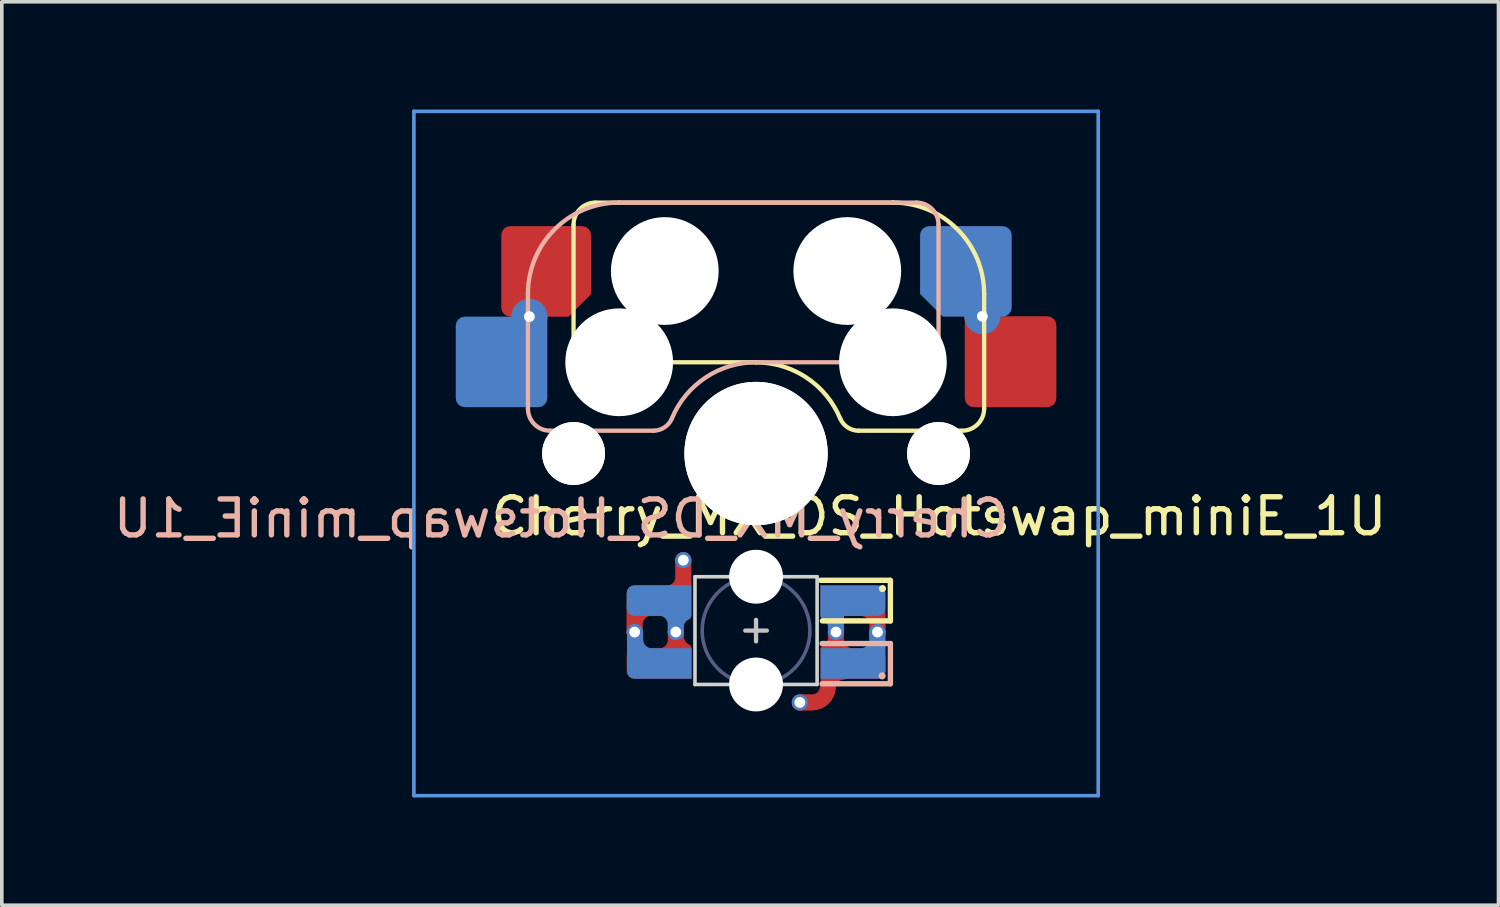
<source format=kicad_pcb>
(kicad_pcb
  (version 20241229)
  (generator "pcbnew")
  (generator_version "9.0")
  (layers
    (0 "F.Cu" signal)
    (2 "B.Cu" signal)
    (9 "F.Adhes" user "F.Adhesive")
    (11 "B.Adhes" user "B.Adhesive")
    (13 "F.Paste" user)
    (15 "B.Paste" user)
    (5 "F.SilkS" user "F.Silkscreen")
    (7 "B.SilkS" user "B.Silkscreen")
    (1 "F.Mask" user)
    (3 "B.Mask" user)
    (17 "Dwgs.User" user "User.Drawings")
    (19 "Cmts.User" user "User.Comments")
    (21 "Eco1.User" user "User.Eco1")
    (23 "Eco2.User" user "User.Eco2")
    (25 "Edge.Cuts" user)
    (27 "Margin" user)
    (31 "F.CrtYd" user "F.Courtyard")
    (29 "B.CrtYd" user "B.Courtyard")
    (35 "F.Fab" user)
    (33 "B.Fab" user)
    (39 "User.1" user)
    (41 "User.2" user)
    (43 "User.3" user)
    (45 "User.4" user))
  (footprint "Cherry_MX_DS_Hotswap_miniE_1U"
    (layer "F.Cu")
    (at 17.997 9.575)
    (property "Reference" "Cherry_MX_DS_Hotswap_miniE_1U" (at -5.42 1.81 0) (layer "B.SilkS") (effects (font (size 1 1) (thickness 0.15)) (justify mirror)))
    (attr through_hole)
    (fp_line (start -5.08 -6.36) (end -5.08 -2.54) (stroke (width 0.12) (type solid)) (layer "F.SilkS"))
    (fp_line (start -5.08 -2.54) (end -5.08 -2.54) (stroke (width 0.12) (type solid)) (layer "F.SilkS"))
    (fp_line (start -5.08 -2.54) (end -5.08 -2.54) (stroke (width 0.12) (type solid)) (layer "F.SilkS"))
    (fp_line (start -4.46 -6.985) (end 3.81 -6.985) (stroke (width 0.12) (type solid)) (layer "F.SilkS"))
    (fp_line (start 0 -2.54) (end -5.08 -2.54) (stroke (width 0.12) (type solid)) (layer "F.SilkS"))
    (fp_line (start 0 -2.54) (end 0 -2.54) (stroke (width 0.12) (type solid)) (layer "F.SilkS"))
    (fp_line (start 1.8 3.53) (end 3.724 3.53) (stroke (width 0.15) (type solid)) (layer "F.SilkS"))
    (fp_line (start 2.86 -0.635) (end 5.72 -0.635) (stroke (width 0.12) (type solid)) (layer "F.SilkS"))
    (fp_line (start 3.74 3.53) (end 3.74 4.66) (stroke (width 0.15) (type solid)) (layer "F.SilkS"))
    (fp_line (start 3.74 4.66) (end 1.846 4.66) (stroke (width 0.15) (type solid)) (layer "F.SilkS"))
    (fp_line (start 3.81 -6.985) (end 3.81 -6.985) (stroke (width 0.12) (type solid)) (layer "F.SilkS"))
    (fp_line (start 6.35 -4.445) (end 6.35 -4.445) (stroke (width 0.12) (type solid)) (layer "F.SilkS"))
    (fp_line (start 6.35 -1.25) (end 6.35 -4.445) (stroke (width 0.12) (type solid)) (layer "F.SilkS"))
    (fp_arc (start -5.08 -6.37) (mid -4.899871 -6.804871) (end -4.465 -6.985) (stroke (width 0.12) (type default)) (layer "F.SilkS"))
    (fp_arc (start 0 -2.536928) (mid 1.405313 -2.11213) (end 2.34 -0.98) (stroke (width 0.12) (type solid)) (layer "F.SilkS"))
    (fp_arc (start 2.859999 -0.633863) (mid 2.547381 -0.727883) (end 2.34 -0.98) (stroke (width 0.12) (type default)) (layer "F.SilkS"))
    (fp_arc (start 3.81 -6.985) (mid 5.606051 -6.241051) (end 6.35 -4.445) (stroke (width 0.12) (type solid)) (layer "F.SilkS"))
    (fp_arc (start 6.350129 -1.25) (mid 6.169985 -0.815144) (end 5.735129 -0.635) (stroke (width 0.12) (type default)) (layer "F.SilkS"))
    (fp_circle (center 3.52 3.76) (end 3.62 3.76) (stroke (width 0) (type solid)) (fill yes) (layer "F.SilkS"))
    (fp_line (start -6.35 -4.445) (end -6.35 -4.445) (stroke (width 0.12) (type solid)) (layer "B.SilkS"))
    (fp_line (start -6.35 -4.445) (end -6.35 -1.26) (stroke (width 0.12) (type solid)) (layer "B.SilkS"))
    (fp_line (start -5.73 -0.635) (end -2.84 -0.635) (stroke (width 0.12) (type solid)) (layer "B.SilkS"))
    (fp_line (start -3.81 -6.985) (end -3.81 -6.985) (stroke (width 0.12) (type solid)) (layer "B.SilkS"))
    (fp_line (start -3.81 -6.985) (end 4.46 -6.985) (stroke (width 0.12) (type solid)) (layer "B.SilkS"))
    (fp_line (start 0 -2.54) (end 0 -2.54) (stroke (width 0.12) (type solid)) (layer "B.SilkS"))
    (fp_line (start 0 -2.54) (end 5.08 -2.54) (stroke (width 0.12) (type solid)) (layer "B.SilkS"))
    (fp_line (start 3.74 5.29) (end 1.84 5.29) (stroke (width 0.15) (type solid)) (layer "B.SilkS"))
    (fp_line (start 3.74 5.29) (end 3.74 6.41) (stroke (width 0.15) (type solid)) (layer "B.SilkS"))
    (fp_line (start 3.74 6.41) (end 1.84 6.41) (stroke (width 0.15) (type solid)) (layer "B.SilkS"))
    (fp_line (start 5.08 -6.37) (end 5.08 -2.54) (stroke (width 0.12) (type solid)) (layer "B.SilkS"))
    (fp_line (start 5.08 -2.54) (end 5.08 -2.54) (stroke (width 0.12) (type solid)) (layer "B.SilkS"))
    (fp_line (start 5.08 -2.54) (end 5.08 -2.54) (stroke (width 0.12) (type solid)) (layer "B.SilkS"))
    (fp_arc (start -6.35 -4.445) (mid -5.606051 -6.241051) (end -3.81 -6.985) (stroke (width 0.12) (type solid)) (layer "B.SilkS"))
    (fp_arc (start -5.735 -0.635) (mid -6.169871 -0.815129) (end -6.35 -1.25) (stroke (width 0.12) (type default)) (layer "B.SilkS"))
    (fp_arc (start -2.34 -0.983072) (mid -1.405313 -2.115202) (end 0 -2.54) (stroke (width 0.12) (type solid)) (layer "B.SilkS"))
    (fp_arc (start -2.34 -0.980845) (mid -2.539137 -0.734326) (end -2.840072 -0.635) (stroke (width 0.12) (type default)) (layer "B.SilkS"))
    (fp_arc (start 4.465129 -6.985) (mid 4.899999 -6.80487) (end 5.080129 -6.37) (stroke (width 0.12) (type default)) (layer "B.SilkS"))
    (fp_circle (center 3.51 6.19) (end 3.41 6.19) (stroke (width 0) (type solid)) (fill yes) (layer "B.SilkS"))
    (fp_line (start -0.3 4.93) (end 0.3 4.93) (stroke (width 0.12) (type solid)) (layer "Dwgs.User"))
    (fp_line (start 0 4.63) (end 0 5.23) (stroke (width 0.12) (type solid)) (layer "Dwgs.User"))
    (fp_line (start -9.525 -9.525) (end -9.525 9.525) (stroke (width 0.1) (type solid)) (layer "Cmts.User"))
    (fp_line (start 9.525 -9.525) (end -9.525 -9.525) (stroke (width 0.1) (type solid)) (layer "Cmts.User"))
    (fp_line (start 9.525 -9.525) (end 9.525 9.525) (stroke (width 0.1) (type solid)) (layer "Cmts.User"))
    (fp_line (start 9.525 9.525) (end -9.525 9.525) (stroke (width 0.1) (type solid)) (layer "Cmts.User"))
    (fp_line (start -1.7 6.43) (end -1.7 3.43) (stroke (width 0.1) (type solid)) (layer "Edge.Cuts"))
    (fp_line (start 1.7 3.43) (end -1.7 3.43) (stroke (width 0.1) (type solid)) (layer "Edge.Cuts"))
    (fp_line (start 1.7 3.43) (end 1.7 6.43) (stroke (width 0.1) (type solid)) (layer "Edge.Cuts"))
    (fp_line (start 1.7 6.43) (end -1.7 6.43) (stroke (width 0.1) (type solid)) (layer "Edge.Cuts"))
    (fp_circle (center 0 4.93) (end 0 6.43) (stroke (width 0.1) (type solid)) (fill no) (layer "B.Fab"))
    (fp_rect (start 7 -7) (end -7 7) (stroke (width 0.12) (type default)) (fill no) (layer "User.4"))
    (fp_text user "${REFERENCE}" (at 5.09 1.75 0) (layer "F.SilkS") (effects (font (size 1 1) (thickness 0.15))))
    (pad "" np_thru_hole circle (at -5.08 0) (size 1.75 1.75) (drill 1.75) (layers "*.Cu" "*.Mask"))
    (pad "" np_thru_hole circle (at -5.08 0) (size 1.75 1.75) (drill 1.75) (layers "*.Cu" "*.Mask"))
    (pad "" np_thru_hole circle (at -3.81 -2.54) (size 3 3) (drill 3) (layers "*.Cu" "*.Mask"))
    (pad "" smd roundrect (at -2.69 5.845 180) (size 1.82 0.85) (layers "F.Mask") (roundrect_rratio 0.25) (chamfer_ratio 0) (chamfer top_left bottom_left))
    (pad "" smd roundrect (at -2.69 4.095) (size 1.82 0.85) (layers "B.Mask") (roundrect_rratio 0.25) (chamfer_ratio 0) (chamfer top_right bottom_right))
    (pad "" smd roundrect (at -2.69 4.095 180) (size 1.82 0.84) (layers "F.Mask") (roundrect_rratio 0.25) (chamfer_ratio 0) (chamfer top_left bottom_left))
    (pad "" smd roundrect (at -2.685 5.855) (size 1.83 0.85) (layers "B.Mask") (roundrect_rratio 0.25) (chamfer_ratio 0) (chamfer top_right bottom_right))
    (pad "" np_thru_hole circle (at -2.54 -5.08) (size 3 3) (drill 3) (layers "*.Cu" "*.Mask"))
    (pad "" np_thru_hole circle (at 0 0) (size 3.988 3.988) (drill 3.988) (layers "*.Cu" "*.Mask"))
    (pad "" np_thru_hole circle (at 0 0) (size 3.988 3.988) (drill 3.988) (layers "*.Cu" "*.Mask"))
    (pad "" np_thru_hole circle (at 0 3.43) (size 1.5 1.5) (drill 1.5) (layers "*.Cu" "*.Mask"))
    (pad "" np_thru_hole circle (at 0 6.43) (size 1.5 1.5) (drill 1.5) (layers "*.Cu" "*.Mask"))
    (pad "" smd rect (at 2.47 5.85 180) (size 1.38 0.84) (layers "B.Mask"))
    (pad "" smd rect (at 2.47 4.09) (size 1.38 0.84) (layers "F.Mask"))
    (pad "" np_thru_hole circle (at 2.54 -5.08) (size 3 3) (drill 3) (layers "*.Cu" "*.Mask"))
    (pad "" smd roundrect (at 2.685 4.095 180) (size 1.83 0.85) (layers "B.Mask") (roundrect_rratio 0.25) (chamfer_ratio 0) (chamfer top_right bottom_right))
    (pad "" smd roundrect (at 2.69 5.84) (size 1.82 0.84) (layers "F.Mask") (roundrect_rratio 0.25) (chamfer_ratio 0) (chamfer top_left bottom_left))
    (pad "" smd roundrect (at 2.855 5.85 180) (size 1.49 0.84) (layers "B.Mask") (roundrect_rratio 0.25) (chamfer_ratio 0.5) (chamfer top_left))
    (pad "" smd roundrect (at 2.855 4.09) (size 1.49 0.84) (layers "F.Mask") (roundrect_rratio 0.25) (chamfer_ratio 0.5) (chamfer top_right))
    (pad "" np_thru_hole circle (at 3.81 -2.54) (size 3 3) (drill 3) (layers "*.Cu" "*.Mask"))
    (pad "" np_thru_hole circle (at 5.08 0) (size 1.75 1.75) (drill 1.75) (layers "*.Cu" "*.Mask"))
    (pad "" np_thru_hole circle (at 5.08 0) (size 1.75 1.75) (drill 1.75) (layers "*.Cu" "*.Mask"))
    (pad "1" smd custom (at -2.7 4.095 180) (size 0.85 0.85) (layers "B.Cu") (options (anchor circle)) (primitives (gr_arc (start 0 -0.225) (mid -0.311126 -0.353874) (end -0.44 -0.665) (width 0.4)) (gr_arc (start -0.588284 -0.744999) (mid -0.645593 -0.555573) (end -0.798298 -0.429684) (width 0.2)) (gr_line (start -0.466 -0.184) (end -0.466 -0.874) (width 0.45)) (gr_poly (pts (xy 0.9 -0.212) (xy 0.884 -0.294) (xy 0.838 -0.363) (xy 0.769 -0.409) (xy 0.688 -0.425) (xy -0.9 -0.425) (xy -0.9 0.425) (xy 0.688 0.425) (xy 0.769 0.409) (xy 0.838 0.363) (xy 0.884 0.294) (xy 0.9 0.212)) (width 0) (fill yes))))
    (pad "1" smd custom (at -2.7 5.845 180) (size 0.85 0.85) (layers "F.Cu") (options (anchor circle)) (primitives (gr_poly (pts (xy 0.9 -0.212) (xy 0.884 -0.294) (xy 0.838 -0.363) (xy 0.769 -0.409) (xy 0.688 -0.425) (xy -0.9 -0.425) (xy -0.9 0.425) (xy 0.688 0.425) (xy 0.769 0.409) (xy 0.838 0.363) (xy 0.884 0.294) (xy 0.9 0.212)) (width 0) (fill yes)) (gr_arc (start -0.445 0.665) (mid -0.316126 0.353874) (end -0.005 0.225) (width 0.4)) (gr_arc (start -0.802705 0.435002) (mid -0.650002 0.56089) (end -0.592691 0.750315) (width 0.2)) (gr_line (start -0.47 0.275) (end -0.47 0.875) (width 0.45))))
    (pad "1" thru_hole circle (at -2.234 4.969) (size 0.45 0.45) (drill 0.3) (layers "*.Cu"))
    (pad "2" thru_hole circle (at -3.38 4.97) (size 0.45 0.45) (drill 0.3) (layers "*.Cu"))
    (pad "2" smd custom (at -2.7 4.095) (size 0.85 0.85) (layers "F.Cu") (options (anchor circle)) (primitives (gr_poly (pts (xy 0.9 -0.425) (xy -0.688 -0.425) (xy -0.769 -0.409) (xy -0.838 -0.363) (xy -0.884 -0.294) (xy -0.9 -0.212) (xy -0.9 0.212) (xy -0.884 0.294) (xy -0.838 0.363) (xy -0.769 0.409) (xy -0.688 0.425) (xy 0.9 0.425)) (width 0) (fill yes)) (gr_line (start 0.675 -0.225) (end 0.675 -1.125) (width 0.45)) (gr_arc (start 0.675 -0.645) (mid 0.546126 -0.333874) (end 0.235 -0.205) (width 0.45)) (gr_line (start -0.68 0.075) (end -0.68 0.875) (width 0.45)) (gr_arc (start -0.655 0.665) (mid -0.526126 0.353874) (end -0.215 0.225) (width 0.4))))
    (pad "2" smd custom (at -2.693 5.845) (size 0.85 0.85) (layers "B.Cu") (options (anchor circle)) (primitives (gr_arc (start -0.205874 -0.226126) (mid -0.517 -0.355) (end -0.645874 -0.666126) (width 0.4)) (gr_line (start -0.675 -0.135) (end -0.675 -0.875) (width 0.45)) (gr_poly (pts (xy 0.9 -0.425) (xy -0.9 -0.425) (xy -0.9 0.212) (xy -0.884 0.294) (xy -0.838 0.363) (xy -0.769 0.409) (xy -0.688 0.425) (xy 0.9 0.425)) (width 0) (fill yes))))
    (pad "2" thru_hole circle (at -2.025 2.97) (size 0.45 0.45) (drill 0.3) (layers "*.Cu"))
    (pad "3" smd custom (at 2.7 4.1) (size 0.85 0.85) (layers "F.Cu") (options (anchor circle)) (primitives (gr_arc (start 0.215 0.225) (mid 0.526126 0.353874) (end 0.655 0.665) (width 0.4)) (gr_line (start 0.68 0.875) (end 0.68 0.275) (width 0.45)) (gr_poly (pts (xy -0.9 -0.425) (xy 0.688 -0.425) (xy 0.769 -0.409) (xy 0.838 -0.363) (xy 0.884 -0.294) (xy 0.9 -0.212) (xy 0.9 0.212) (xy 0.884 0.294) (xy 0.838 0.363) (xy 0.769 0.409) (xy 0.688 0.425) (xy -0.9 0.425)) (width 0) (fill yes))))
    (pad "3" smd custom (at 2.705 5.845) (size 0.85 0.85) (layers "B.Cu") (options (anchor circle)) (primitives (gr_arc (start 0.645 -0.665) (mid 0.516126 -0.353874) (end 0.205 -0.225) (width 0.4)) (gr_poly (pts (xy 0.494 -0.354) (xy 0.85 -0.354) (xy 0.85 -0.887) (xy 0.494 -0.887)) (width 0.1) (fill yes)) (gr_poly (pts (xy 0.9 -0.425) (xy -0.91 -0.425) (xy -0.91 0.425) (xy 0.688 0.425) (xy 0.769 0.409) (xy 0.838 0.363) (xy 0.884 0.294) (xy 0.9 0.212)) (width 0) (fill yes))))
    (pad "3" thru_hole circle (at 3.38 4.97) (size 0.45 0.45) (drill 0.3) (layers "*.Cu"))
    (pad "4" thru_hole circle (at 1.22 6.93 180) (size 0.45 0.45) (drill 0.3) (layers "*.Cu"))
    (pad "4" thru_hole circle (at 2.225 4.97) (size 0.45 0.45) (drill 0.3) (layers "*.Cu"))
    (pad "4" smd custom (at 2.7 4.095 180) (size 0.85 0.85) (layers "B.Cu") (options (anchor circle)) (primitives (gr_line (start 0.475 -0.235) (end 0.475 -0.875) (width 0.45)) (gr_arc (start 0.81 -0.425001) (mid 0.657296 -0.550889) (end 0.599987 -0.740315) (width 0.2)) (gr_poly (pts (xy 0.91 -0.425) (xy -0.688 -0.425) (xy -0.769 -0.409) (xy -0.838 -0.363) (xy -0.884 -0.294) (xy -0.9 -0.212) (xy -0.9 0.212) (xy -0.884 0.294) (xy -0.838 0.363) (xy -0.769 0.409) (xy -0.688 0.425) (xy 0.91 0.425)) (width 0) (fill yes))))
    (pad "4" smd custom (at 2.7 5.845 180) (size 0.85 0.85) (layers "F.Cu") (options (anchor circle)) (primitives (gr_poly (pts (xy 0.9 -0.425) (xy -0.688 -0.425) (xy -0.769 -0.409) (xy -0.838 -0.363) (xy -0.884 -0.294) (xy -0.9 -0.212) (xy -0.9 0.212) (xy -0.884 0.294) (xy -0.838 0.363) (xy -0.769 0.409) (xy -0.688 0.425) (xy 0.9 0.425)) (width 0) (fill yes)) (gr_arc (start 0.01 0.225) (mid 0.321126 0.353874) (end 0.45 0.665) (width 0.4)) (gr_arc (start 0.589986 0.730315) (mid 0.647296 0.540889) (end 0.8 0.415) (width 0.2)) (gr_line (start 0.475 0.275) (end 0.475 0.875) (width 0.45)) (gr_arc (start 0.7 -0.645) (mid 0.828874 -0.956126) (end 1.14 -1.085) (width 0.45)) (gr_line (start 1.48 -1.085) (end 1.18 -1.085) (width 0.45)) (gr_line (start 0.7 -0.165) (end 0.7 -0.645) (width 0.4)) (gr_arc (start 0.7 -0.666126) (mid 0.571126 -0.355) (end 0.26 -0.226126) (width 0.45))))
    (pad "5" smd roundrect (at 5.842 -5.07) (size 2.55 2.52) (layers "B.Cu" "B.Mask" "B.Paste") (roundrect_rratio 0.1) (chamfer_ratio 0.25) (chamfer bottom_left))
    (pad "5" thru_hole circle (at 6.3 -3.82) (size 1 1) (drill 0.3) (layers "*.Cu"))
    (pad "5" smd roundrect (at 7.085 -2.555) (size 2.55 2.53) (layers "F.Cu" "F.Mask" "F.Paste") (roundrect_rratio 0.1) (chamfer_ratio 0) (chamfer top_left))
    (pad "6" smd roundrect (at -7.085 -2.55) (size 2.55 2.52) (layers "B.Cu" "B.Mask" "B.Paste") (roundrect_rratio 0.1) (chamfer_ratio 0) (chamfer top_right))
    (pad "6" thru_hole circle (at -6.31 -3.81) (size 1 1) (drill 0.3) (layers "*.Cu"))
    (pad "6" smd roundrect (at -5.842 -5.07) (size 2.5 2.52) (layers "F.Cu" "F.Mask" "F.Paste") (roundrect_rratio 0.1) (chamfer_ratio 0.25) (chamfer bottom_right)))
  (gr_rect
    (start -3 -3)
    (end 38.665 22.15)
    (stroke (width 0.1) (type default))
    (fill no)
    (layer "Edge.Cuts")))
</source>
